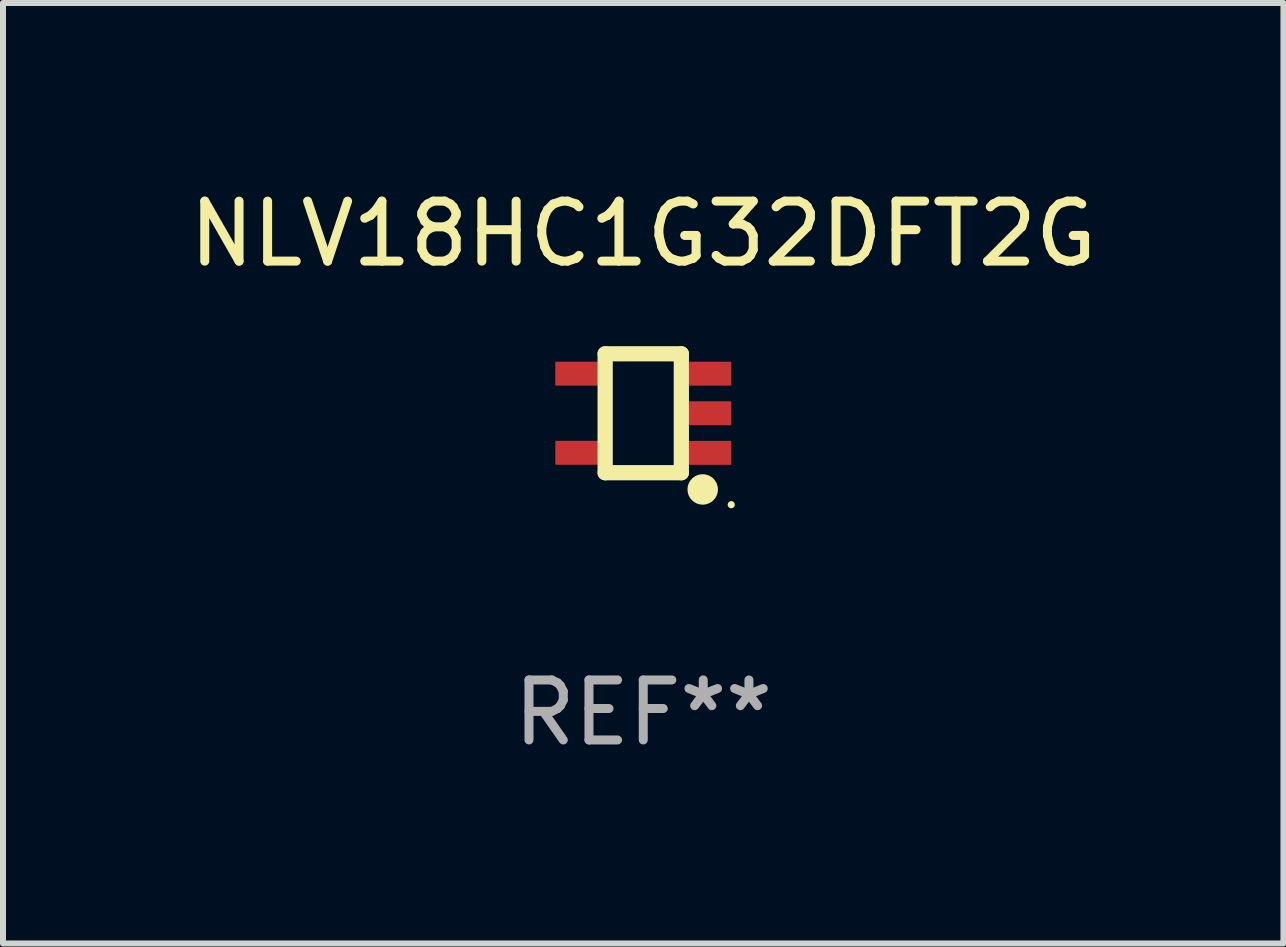
<source format=kicad_pcb>
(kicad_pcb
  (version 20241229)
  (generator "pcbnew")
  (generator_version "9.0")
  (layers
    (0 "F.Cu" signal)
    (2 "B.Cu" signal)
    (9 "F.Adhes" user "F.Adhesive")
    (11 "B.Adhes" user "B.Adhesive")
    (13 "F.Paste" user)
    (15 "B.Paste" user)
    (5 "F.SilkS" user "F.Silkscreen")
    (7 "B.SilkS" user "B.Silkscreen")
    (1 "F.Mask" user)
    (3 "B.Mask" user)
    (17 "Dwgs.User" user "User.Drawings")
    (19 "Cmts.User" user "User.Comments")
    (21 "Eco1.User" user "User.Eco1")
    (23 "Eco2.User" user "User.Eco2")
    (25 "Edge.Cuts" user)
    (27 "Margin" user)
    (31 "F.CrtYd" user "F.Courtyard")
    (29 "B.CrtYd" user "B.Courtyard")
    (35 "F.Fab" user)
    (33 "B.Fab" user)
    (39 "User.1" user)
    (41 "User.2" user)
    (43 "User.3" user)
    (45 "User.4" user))
  (footprint "NLV18HC1G32DFT2G"
    (layer "F.Cu")
    (at 7.673 3.839)
    (property "Reference" "NLV18HC1G32DFT2G" (at 0 -2.991 0) (layer "F.SilkS") (effects (font (size 1 1) (thickness 0.15))))
    (attr through_hole)
    (fp_line (start -0.635 -0.991) (end 0.635 -0.991) (stroke (width 0.254) (type solid)) (layer "F.SilkS"))
    (fp_line (start -0.635 0.991) (end -0.635 -0.991) (stroke (width 0.254) (type solid)) (layer "F.SilkS"))
    (fp_line (start 0.635 -0.991) (end 0.635 0.991) (stroke (width 0.254) (type solid)) (layer "F.SilkS"))
    (fp_line (start 0.635 0.991) (end -0.635 0.991) (stroke (width 0.254) (type solid)) (layer "F.SilkS"))
    (fp_circle (center 0.991 1.27) (end 1.118 1.27) (stroke (width 0.254) (type solid)) (fill no) (layer "F.SilkS"))
    (fp_circle (center 1.467 1.524) (end 1.497 1.524) (stroke (width 0.06) (type solid)) (fill no) (layer "F.SilkS"))
    (fp_text user "REF**" (at 0 4.991 0) (layer "F.Fab") (effects (font (size 1 1) (thickness 0.15))))
    (pad "1" smd rect (at 1.067 0.66 180) (size 0.8 0.399) (layers "F.Cu" "F.Mask" "F.Paste"))
    (pad "2" smd rect (at 1.067 0 180) (size 0.8 0.399) (layers "F.Cu" "F.Mask" "F.Paste"))
    (pad "3" smd rect (at 1.067 -0.66 180) (size 0.8 0.399) (layers "F.Cu" "F.Mask" "F.Paste"))
    (pad "4" smd rect (at -1.067 -0.66 180) (size 0.8 0.399) (layers "F.Cu" "F.Mask" "F.Paste"))
    (pad "5" smd rect (at -1.066 0.659 180) (size 0.8 0.399) (layers "F.Cu" "F.Mask" "F.Paste")))
  (gr_rect
    (start -3 -3)
    (end 18.345 12.678)
    (stroke (width 0.1) (type default))
    (fill no)
    (layer "Edge.Cuts")))
</source>
